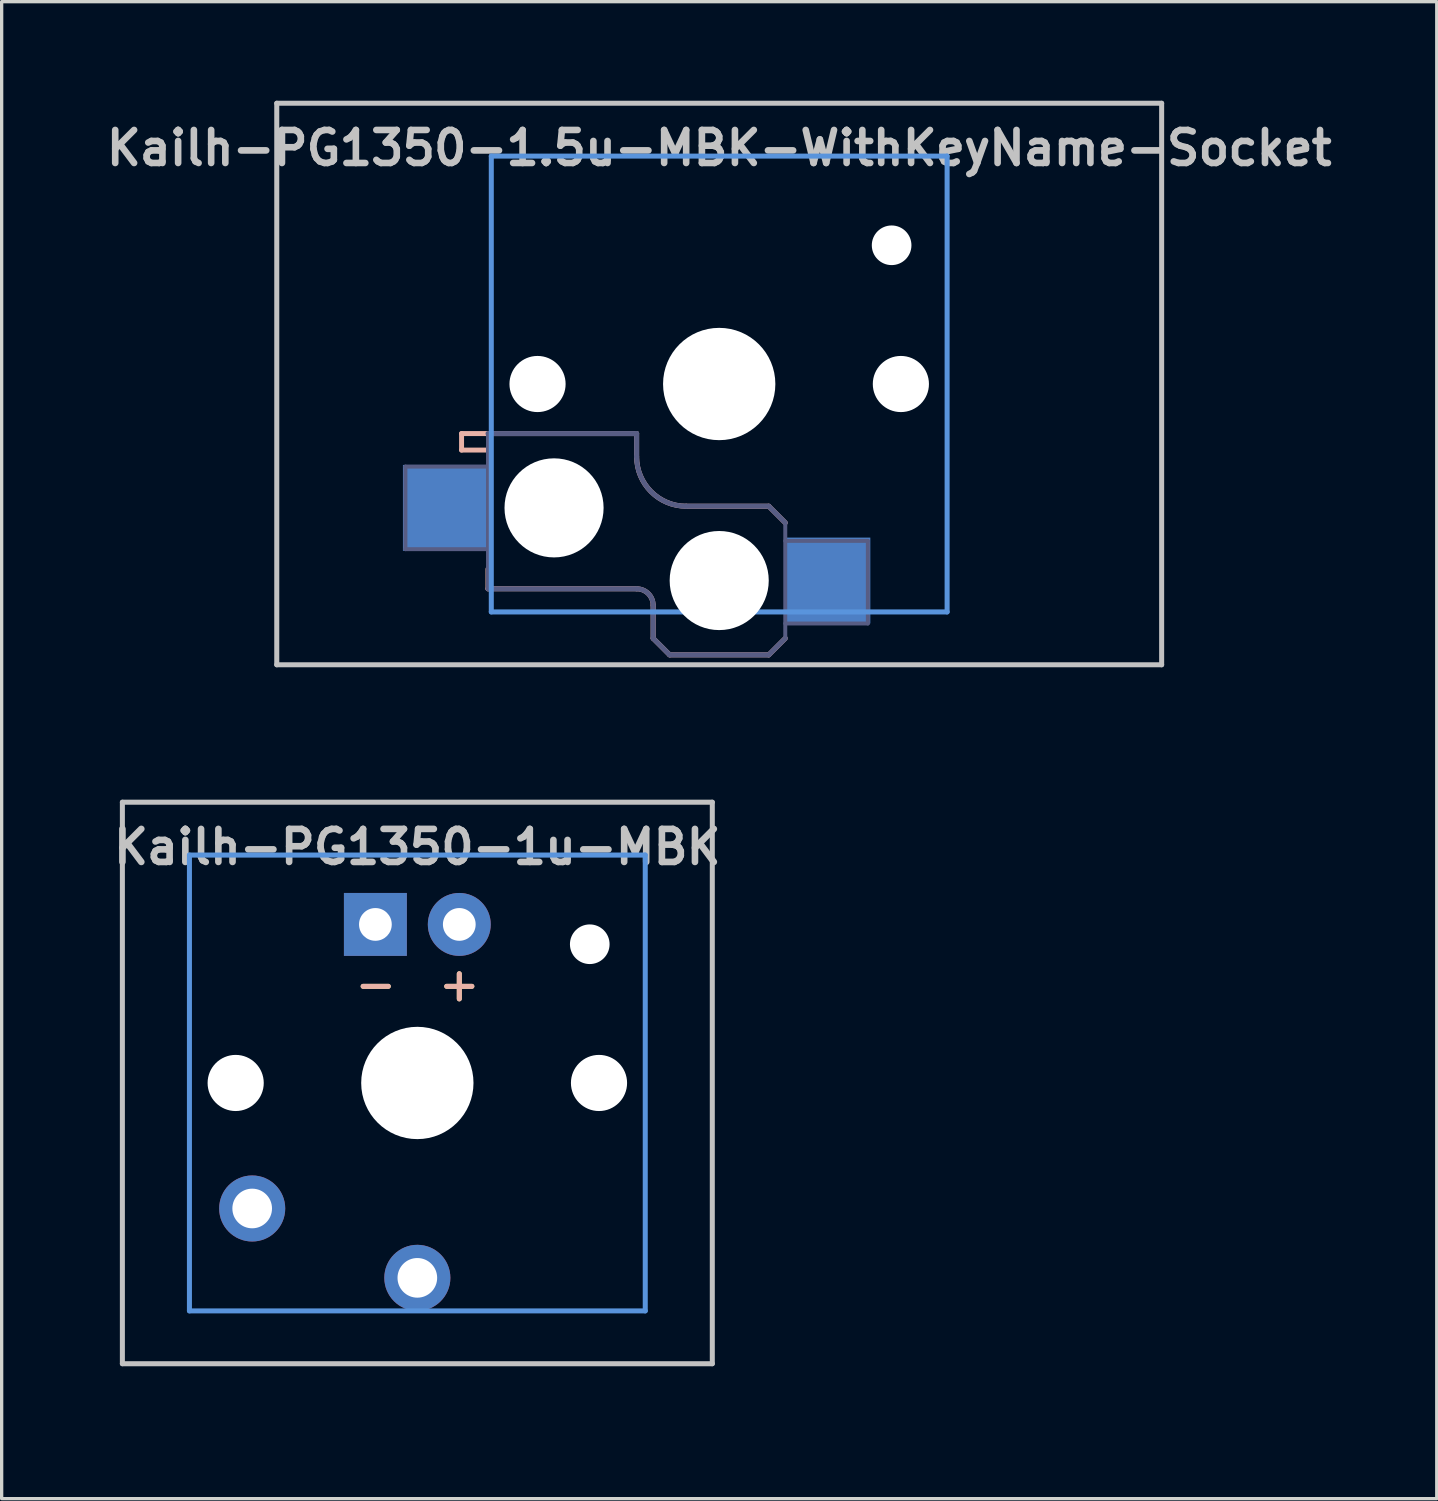
<source format=kicad_pcb>
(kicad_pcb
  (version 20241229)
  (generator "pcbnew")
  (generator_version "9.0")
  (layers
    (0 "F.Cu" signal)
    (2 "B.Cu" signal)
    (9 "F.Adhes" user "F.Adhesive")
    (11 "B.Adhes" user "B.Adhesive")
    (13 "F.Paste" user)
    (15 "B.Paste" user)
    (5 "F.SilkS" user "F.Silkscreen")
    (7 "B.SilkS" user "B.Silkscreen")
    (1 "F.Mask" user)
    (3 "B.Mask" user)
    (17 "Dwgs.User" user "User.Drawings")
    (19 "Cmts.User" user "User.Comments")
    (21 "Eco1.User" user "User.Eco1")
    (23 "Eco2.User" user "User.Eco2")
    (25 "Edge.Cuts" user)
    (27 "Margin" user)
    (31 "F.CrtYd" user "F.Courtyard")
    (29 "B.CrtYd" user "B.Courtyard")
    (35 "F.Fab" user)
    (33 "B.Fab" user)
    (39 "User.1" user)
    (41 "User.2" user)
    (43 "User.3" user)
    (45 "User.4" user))
  (footprint "Kailh-PG1350-1.5u-MBK-WithKeyName-Socket"
    (layer "F.Cu")
    (at 18.724 8.576)
    (property "Reference" "Kailh-PG1350-1.5u-MBK-WithKeyName-Socket" (at 0 -7.144 180) (layer "Dwgs.User") (effects (font (size 1 1) (thickness 0.2))))
    (attr through_hole)
    (fp_line (start -7.8 1.5) (end -7.8 2) (stroke (width 0.15) (type solid)) (layer "B.SilkS"))
    (fp_line (start -7 2) (end -7.8 2) (stroke (width 0.15) (type solid)) (layer "B.SilkS"))
    (fp_line (start -7 5.6) (end -7 6.2) (stroke (width 0.15) (type solid)) (layer "B.SilkS"))
    (fp_line (start -7 6.2) (end -2.5 6.2) (stroke (width 0.15) (type solid)) (layer "B.SilkS"))
    (fp_line (start -2.5 1.5) (end -7.8 1.5) (stroke (width 0.15) (type solid)) (layer "B.SilkS"))
    (fp_line (start -2.5 2.2) (end -2.5 1.5) (stroke (width 0.15) (type solid)) (layer "B.SilkS"))
    (fp_line (start -2 6.7) (end -2 7.7) (stroke (width 0.15) (type solid)) (layer "B.SilkS"))
    (fp_line (start -1.5 8.2) (end -2 7.7) (stroke (width 0.15) (type solid)) (layer "B.SilkS"))
    (fp_line (start 1.5 3.7) (end -1 3.7) (stroke (width 0.15) (type solid)) (layer "B.SilkS"))
    (fp_line (start 1.5 8.2) (end -1.5 8.2) (stroke (width 0.15) (type solid)) (layer "B.SilkS"))
    (fp_line (start 2 4.2) (end 1.5 3.7) (stroke (width 0.15) (type solid)) (layer "B.SilkS"))
    (fp_line (start 2 7.7) (end 1.5 8.2) (stroke (width 0.15) (type solid)) (layer "B.SilkS"))
    (fp_arc (start -2.5 6.2) (mid -2.146447 6.346447) (end -2 6.7) (stroke (width 0.15) (type solid)) (layer "B.SilkS"))
    (fp_arc (start -1 3.7) (mid -2.06066 3.26066) (end -2.5 2.2) (stroke (width 0.15) (type solid)) (layer "B.SilkS"))
    (fp_line (start -13.395 -8.5) (end 13.395 -8.5) (stroke (width 0.152) (type solid)) (layer "Dwgs.User"))
    (fp_line (start -13.395 8.5) (end -13.395 -8.5) (stroke (width 0.152) (type solid)) (layer "Dwgs.User"))
    (fp_line (start 13.395 -8.5) (end 13.395 8.5) (stroke (width 0.152) (type solid)) (layer "Dwgs.User"))
    (fp_line (start 13.395 8.5) (end -13.395 8.5) (stroke (width 0.152) (type solid)) (layer "Dwgs.User"))
    (fp_line (start -6.9 -6.9) (end 6.9 -6.9) (stroke (width 0.152) (type solid)) (layer "Cmts.User"))
    (fp_line (start -6.9 6.9) (end -6.9 -6.9) (stroke (width 0.152) (type solid)) (layer "Cmts.User"))
    (fp_line (start 6.9 -6.9) (end 6.9 6.9) (stroke (width 0.152) (type solid)) (layer "Cmts.User"))
    (fp_line (start 6.9 6.9) (end -6.9 6.9) (stroke (width 0.152) (type solid)) (layer "Cmts.User"))
    (fp_line (start -7.5 -7.5) (end 7.5 -7.5) (stroke (width 0.152) (type solid)) (layer "Eco2.User"))
    (fp_line (start -7.5 7.5) (end -7.5 -7.5) (stroke (width 0.152) (type solid)) (layer "Eco2.User"))
    (fp_line (start -2.6 -3.1) (end -2.6 -6.3) (stroke (width 0.15) (type solid)) (layer "Eco2.User"))
    (fp_line (start -2.6 -3.1) (end 2.6 -3.1) (stroke (width 0.15) (type solid)) (layer "Eco2.User"))
    (fp_line (start 2.6 -6.3) (end -2.6 -6.3) (stroke (width 0.15) (type solid)) (layer "Eco2.User"))
    (fp_line (start 2.6 -3.1) (end 2.6 -6.3) (stroke (width 0.15) (type solid)) (layer "Eco2.User"))
    (fp_line (start 7.5 -7.5) (end 7.5 7.5) (stroke (width 0.152) (type solid)) (layer "Eco2.User"))
    (fp_line (start 7.5 7.5) (end -7.5 7.5) (stroke (width 0.152) (type solid)) (layer "Eco2.User"))
    (fp_line (start -9.5 2.5) (end -7 2.5) (stroke (width 0.12) (type solid)) (layer "B.Fab"))
    (fp_line (start -9.5 5) (end -9.5 2.5) (stroke (width 0.12) (type solid)) (layer "B.Fab"))
    (fp_line (start -7 1.5) (end -7 6.2) (stroke (width 0.12) (type solid)) (layer "B.Fab"))
    (fp_line (start -7 5) (end -9.5 5) (stroke (width 0.12) (type solid)) (layer "B.Fab"))
    (fp_line (start -7 6.2) (end -2.5 6.2) (stroke (width 0.15) (type solid)) (layer "B.Fab"))
    (fp_line (start -2.5 1.5) (end -7 1.5) (stroke (width 0.15) (type solid)) (layer "B.Fab"))
    (fp_line (start -2.5 2.2) (end -2.5 1.5) (stroke (width 0.15) (type solid)) (layer "B.Fab"))
    (fp_line (start -2 6.7) (end -2 7.7) (stroke (width 0.15) (type solid)) (layer "B.Fab"))
    (fp_line (start -1.5 8.2) (end -2 7.7) (stroke (width 0.15) (type solid)) (layer "B.Fab"))
    (fp_line (start 1.5 3.7) (end -1 3.7) (stroke (width 0.15) (type solid)) (layer "B.Fab"))
    (fp_line (start 1.5 8.2) (end -1.5 8.2) (stroke (width 0.15) (type solid)) (layer "B.Fab"))
    (fp_line (start 2 4.2) (end 1.5 3.7) (stroke (width 0.15) (type solid)) (layer "B.Fab"))
    (fp_line (start 2 4.25) (end 2 7.7) (stroke (width 0.12) (type solid)) (layer "B.Fab"))
    (fp_line (start 2 4.75) (end 4.5 4.75) (stroke (width 0.12) (type solid)) (layer "B.Fab"))
    (fp_line (start 2 7.7) (end 1.5 8.2) (stroke (width 0.15) (type solid)) (layer "B.Fab"))
    (fp_line (start 4.5 4.75) (end 4.5 7.25) (stroke (width 0.12) (type solid)) (layer "B.Fab"))
    (fp_line (start 4.5 7.25) (end 2 7.25) (stroke (width 0.12) (type solid)) (layer "B.Fab"))
    (fp_arc (start -2.5 6.2) (mid -2.146447 6.346447) (end -2 6.7) (stroke (width 0.15) (type solid)) (layer "B.Fab"))
    (fp_arc (start -1 3.7) (mid -2.06066 3.26066) (end -2.5 2.2) (stroke (width 0.15) (type solid)) (layer "B.Fab"))
    (pad "" np_thru_hole circle (at -5.5 0 180) (size 1.7 1.7) (drill 1.7) (layers "*.Cu" "*.Mask"))
    (pad "" np_thru_hole circle (at -5 3.75) (size 3 3) (drill 3) (layers "*.Cu" "*.Mask"))
    (pad "" np_thru_hole circle (at 0 0 180) (size 3.4 3.4) (drill 3.4) (layers "*.Cu" "*.Mask"))
    (pad "" np_thru_hole circle (at 0 5.95) (size 3 3) (drill 3) (layers "*.Cu" "*.Mask"))
    (pad "" np_thru_hole circle (at 5.22 -4.2 180) (size 1.2 1.2) (drill 1.2) (layers "*.Cu" "*.Mask"))
    (pad "" np_thru_hole circle (at 5.5 0 180) (size 1.7 1.7) (drill 1.7) (layers "*.Cu" "*.Mask"))
    (pad "1" smd rect (at 3.275 5.95) (size 2.6 2.6) (layers "B.Cu" "B.Mask" "B.Paste"))
    (pad "2" smd rect (at -8.275 3.75) (size 2.6 2.6) (layers "B.Cu" "B.Mask" "B.Paste")))
  (footprint "Kailh-PG1350-1u-MBK"
    (layer "F.Cu")
    (at 9.585 29.737)
    (property "Reference" "Kailh-PG1350-1u-MBK" (at 0 -7.144 180) (layer "Dwgs.User") (effects (font (size 1 1) (thickness 0.2))))
    (attr through_hole)
    (fp_line (start -8.93 -8.5) (end 8.93 -8.5) (stroke (width 0.152) (type solid)) (layer "Dwgs.User"))
    (fp_line (start -8.93 8.5) (end -8.93 -8.5) (stroke (width 0.152) (type solid)) (layer "Dwgs.User"))
    (fp_line (start 8.93 -8.5) (end 8.93 8.5) (stroke (width 0.152) (type solid)) (layer "Dwgs.User"))
    (fp_line (start 8.93 8.5) (end -8.93 8.5) (stroke (width 0.152) (type solid)) (layer "Dwgs.User"))
    (fp_line (start -6.9 -6.9) (end 6.9 -6.9) (stroke (width 0.152) (type solid)) (layer "Cmts.User"))
    (fp_line (start -6.9 6.9) (end -6.9 -6.9) (stroke (width 0.152) (type solid)) (layer "Cmts.User"))
    (fp_line (start 6.9 -6.9) (end 6.9 6.9) (stroke (width 0.152) (type solid)) (layer "Cmts.User"))
    (fp_line (start 6.9 6.9) (end -6.9 6.9) (stroke (width 0.152) (type solid)) (layer "Cmts.User"))
    (fp_line (start -9.525 -9.525) (end -9.525 9.525) (stroke (width 0.12) (type solid)) (layer "Eco1.User"))
    (fp_line (start -9.525 -9.525) (end 9.525 -9.525) (stroke (width 0.12) (type solid)) (layer "Eco1.User"))
    (fp_line (start -9.525 9.525) (end 9.525 9.525) (stroke (width 0.12) (type solid)) (layer "Eco1.User"))
    (fp_line (start 9.525 -9.525) (end 9.525 9.525) (stroke (width 0.12) (type solid)) (layer "Eco1.User"))
    (fp_line (start -7.5 -7.5) (end 7.5 -7.5) (stroke (width 0.152) (type solid)) (layer "Eco2.User"))
    (fp_line (start -7.5 7.5) (end -7.5 -7.5) (stroke (width 0.152) (type solid)) (layer "Eco2.User"))
    (fp_line (start 7.5 -7.5) (end 7.5 7.5) (stroke (width 0.152) (type solid)) (layer "Eco2.User"))
    (fp_line (start 7.5 7.5) (end -7.5 7.5) (stroke (width 0.152) (type solid)) (layer "Eco2.User"))
    (fp_text user "-" (at -1.26 -3 180) (layer "F.SilkS") (effects (font (size 1 1) (thickness 0.15))))
    (fp_text user "+" (at 1.27 -3 180) (layer "F.SilkS") (effects (font (size 1 1) (thickness 0.15))))
    (fp_text user "-" (at -1.26 -3 180) (layer "B.SilkS") (effects (font (size 1 1) (thickness 0.15)) (justify mirror)))
    (fp_text user "+" (at 1.27 -3 180) (layer "B.SilkS") (effects (font (size 1 1) (thickness 0.15)) (justify mirror)))
    (pad "" np_thru_hole circle (at -5.5 0 180) (size 1.7 1.7) (drill 1.7) (layers "*.Cu" "*.Mask"))
    (pad "" np_thru_hole circle (at 0 0 180) (size 3.4 3.4) (drill 3.4) (layers "*.Cu" "*.Mask"))
    (pad "" np_thru_hole circle (at 5.22 -4.2 180) (size 1.2 1.2) (drill 1.2) (layers "*.Cu" "*.Mask"))
    (pad "" np_thru_hole circle (at 5.5 0 180) (size 1.7 1.7) (drill 1.7) (layers "*.Cu" "*.Mask"))
    (pad "1" thru_hole circle (at 0 5.9 180) (size 2 2) (drill 1.2) (layers "*.Cu" "*.Mask"))
    (pad "2" thru_hole circle (at -5 3.8 41.9) (size 2 2) (drill 1.2) (layers "*.Cu" "*.Mask"))
    (pad "3" thru_hole circle (at 1.27 -4.8 180) (size 1.905 1.905) (drill 0.991) (layers "*.Cu" "*.Mask"))
    (pad "4" thru_hole rect (at -1.27 -4.8 180) (size 1.905 1.905) (drill 0.991) (layers "*.Cu" "*.Mask")))
  (gr_rect
    (start -3 -3)
    (end 40.448 42.322)
    (stroke (width 0.1) (type default))
    (fill no)
    (layer "Edge.Cuts")))
</source>
